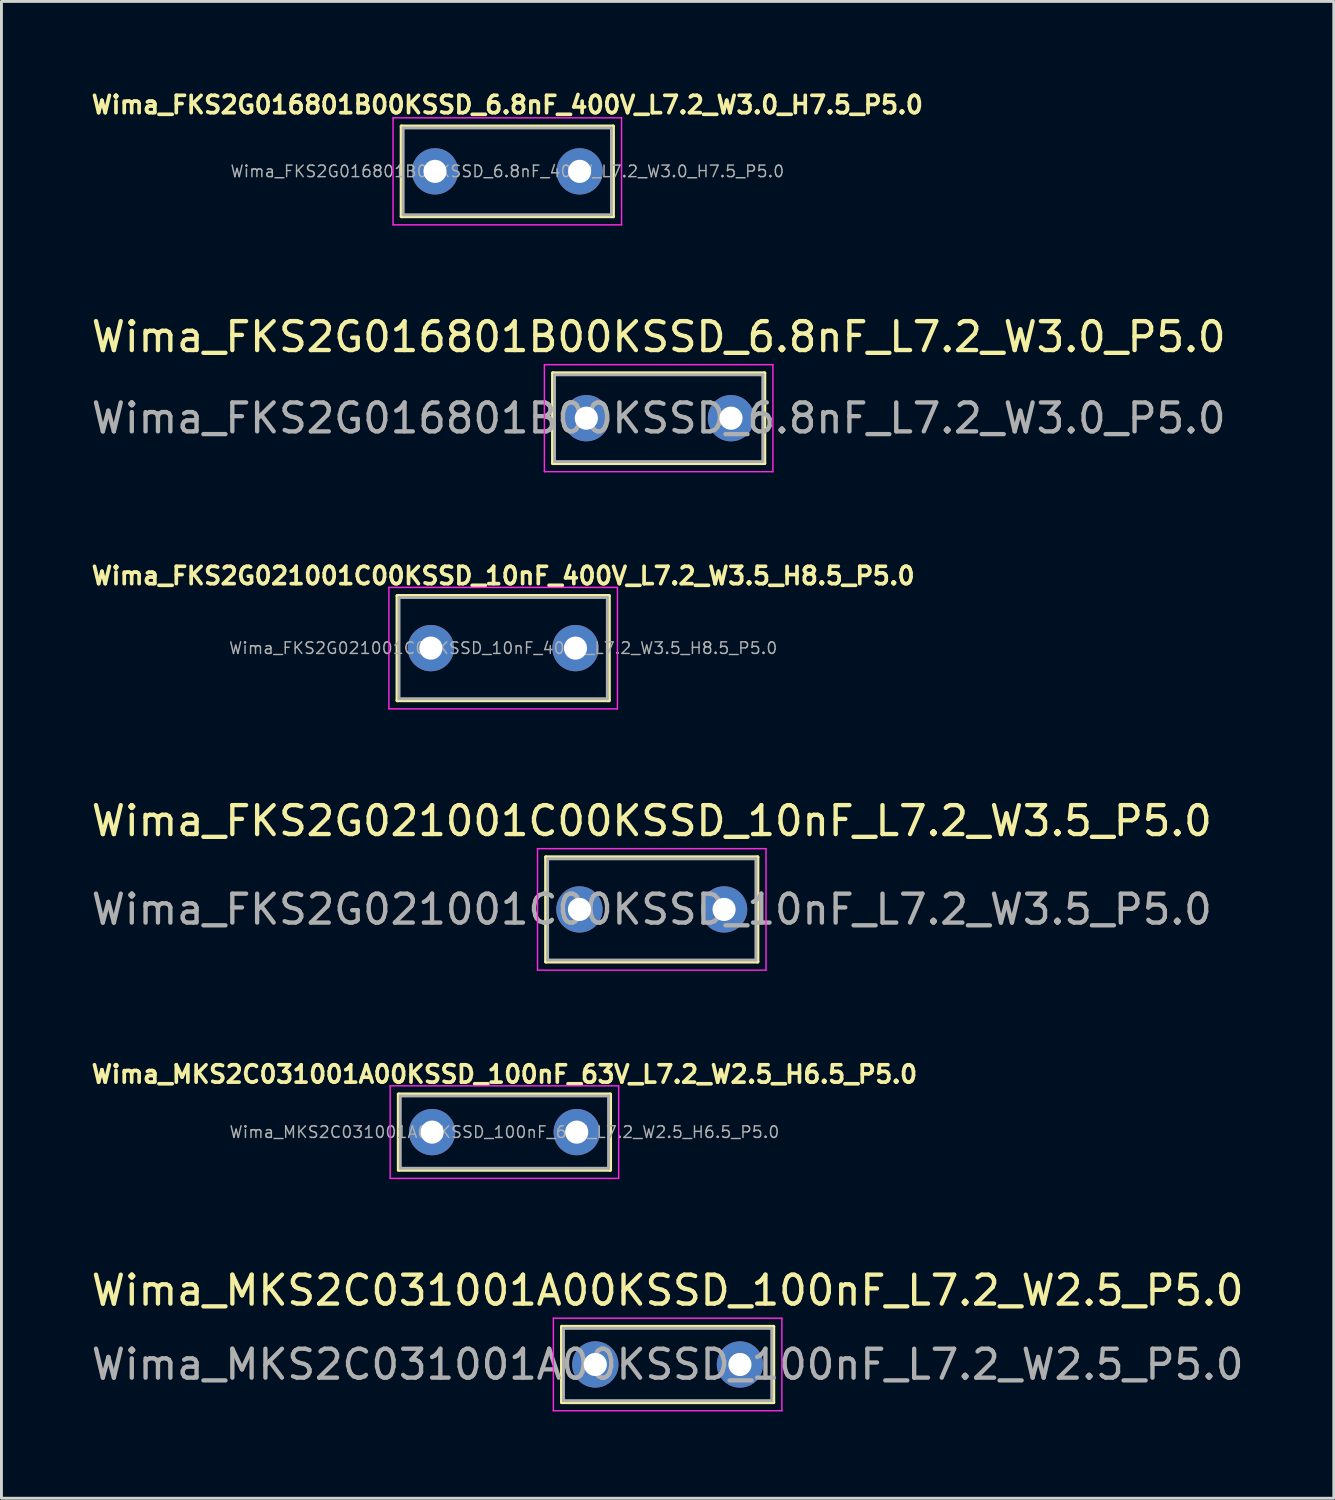
<source format=kicad_pcb>
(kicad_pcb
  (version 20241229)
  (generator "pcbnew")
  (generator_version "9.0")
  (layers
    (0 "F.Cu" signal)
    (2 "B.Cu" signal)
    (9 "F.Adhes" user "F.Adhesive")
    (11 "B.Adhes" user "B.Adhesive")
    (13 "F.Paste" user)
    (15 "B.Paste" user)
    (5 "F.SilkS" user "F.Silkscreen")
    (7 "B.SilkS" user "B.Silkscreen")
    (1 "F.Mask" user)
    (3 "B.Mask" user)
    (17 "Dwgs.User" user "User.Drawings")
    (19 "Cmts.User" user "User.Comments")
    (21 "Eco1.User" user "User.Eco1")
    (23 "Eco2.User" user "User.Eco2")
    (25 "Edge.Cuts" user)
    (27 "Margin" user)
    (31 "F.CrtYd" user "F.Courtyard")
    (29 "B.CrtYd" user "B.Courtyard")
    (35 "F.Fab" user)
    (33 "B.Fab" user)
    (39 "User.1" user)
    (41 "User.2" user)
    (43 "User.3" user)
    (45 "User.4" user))
  (footprint "Wima_FKS2G021001C00KSSD_10nF_400V_L7.2_W3.5_H8.5_P5.0"
    (layer "F.Cu")
    (at 14.345 19.356)
    (property "Reference" "Wima_FKS2G021001C00KSSD_10nF_400V_L7.2_W3.5_H8.5_P5.0" (at 0 -2.5 0) (layer "F.SilkS") (effects (font (size 0.6 0.6) (thickness 0.127))))
    (attr through_hole)
    (fp_line (start -3.66 -1.81) (end -3.66 1.81) (stroke (width 0.12) (type solid)) (layer "F.SilkS"))
    (fp_line (start -3.66 -1.81) (end 3.66 -1.81) (stroke (width 0.12) (type solid)) (layer "F.SilkS"))
    (fp_line (start -3.66 1.81) (end 3.66 1.81) (stroke (width 0.12) (type solid)) (layer "F.SilkS"))
    (fp_line (start 3.66 -1.81) (end 3.66 1.81) (stroke (width 0.12) (type solid)) (layer "F.SilkS"))
    (fp_line (start -3.95 -2.1) (end -3.95 2.1) (stroke (width 0.05) (type solid)) (layer "F.CrtYd"))
    (fp_line (start -3.95 2.1) (end 3.95 2.1) (stroke (width 0.05) (type solid)) (layer "F.CrtYd"))
    (fp_line (start 3.95 -2.1) (end -3.95 -2.1) (stroke (width 0.05) (type solid)) (layer "F.CrtYd"))
    (fp_line (start 3.95 2.1) (end 3.95 -2.1) (stroke (width 0.05) (type solid)) (layer "F.CrtYd"))
    (fp_line (start -3.6 -1.75) (end -3.6 1.75) (stroke (width 0.1) (type solid)) (layer "F.Fab"))
    (fp_line (start -3.6 1.75) (end 3.6 1.75) (stroke (width 0.1) (type solid)) (layer "F.Fab"))
    (fp_line (start 3.6 -1.75) (end -3.6 -1.75) (stroke (width 0.1) (type solid)) (layer "F.Fab"))
    (fp_line (start 3.6 1.75) (end 3.6 -1.75) (stroke (width 0.1) (type solid)) (layer "F.Fab"))
    (fp_text user "${REFERENCE}" (at 0 0 0) (layer "F.Fab") (effects (font (size 0.4 0.4) (thickness 0.05))))
    (pad "1" thru_hole circle (at -2.5 0) (size 1.6 1.6) (drill 0.8) (layers "*.Cu" "*.Mask"))
    (pad "2" thru_hole circle (at 2.5 0) (size 1.6 1.6) (drill 0.8) (layers "*.Cu" "*.Mask")))
  (footprint "Wima_MKS2C031001A00KSSD_100nF_L7.2_W2.5_P5.0"
    (layer "F.Cu")
    (at 17.53 44.121)
    (property "Reference" "Wima_MKS2C031001A00KSSD_100nF_L7.2_W2.5_P5.0" (at 2.5 -2.56 0) (layer "F.SilkS") (effects (font (size 1 1) (thickness 0.15))))
    (attr through_hole)
    (fp_line (start -1.16 -1.31) (end -1.16 1.31) (stroke (width 0.12) (type solid)) (layer "F.SilkS"))
    (fp_line (start -1.16 -1.31) (end 6.16 -1.31) (stroke (width 0.12) (type solid)) (layer "F.SilkS"))
    (fp_line (start -1.16 1.31) (end 6.16 1.31) (stroke (width 0.12) (type solid)) (layer "F.SilkS"))
    (fp_line (start 6.16 -1.31) (end 6.16 1.31) (stroke (width 0.12) (type solid)) (layer "F.SilkS"))
    (fp_line (start -1.45 -1.6) (end -1.45 1.6) (stroke (width 0.05) (type solid)) (layer "F.CrtYd"))
    (fp_line (start -1.45 1.6) (end 6.45 1.6) (stroke (width 0.05) (type solid)) (layer "F.CrtYd"))
    (fp_line (start 6.45 -1.6) (end -1.45 -1.6) (stroke (width 0.05) (type solid)) (layer "F.CrtYd"))
    (fp_line (start 6.45 1.6) (end 6.45 -1.6) (stroke (width 0.05) (type solid)) (layer "F.CrtYd"))
    (fp_line (start -1.1 -1.25) (end -1.1 1.25) (stroke (width 0.1) (type solid)) (layer "F.Fab"))
    (fp_line (start -1.1 1.25) (end 6.1 1.25) (stroke (width 0.1) (type solid)) (layer "F.Fab"))
    (fp_line (start 6.1 -1.25) (end -1.1 -1.25) (stroke (width 0.1) (type solid)) (layer "F.Fab"))
    (fp_line (start 6.1 1.25) (end 6.1 -1.25) (stroke (width 0.1) (type solid)) (layer "F.Fab"))
    (fp_text user "${REFERENCE}" (at 2.5 0 0) (layer "F.Fab") (effects (font (size 1 1) (thickness 0.15))))
    (pad "1" thru_hole circle (at 0 0) (size 1.6 1.6) (drill 0.8) (layers "*.Cu" "*.Mask"))
    (pad "2" thru_hole circle (at 5 0) (size 1.6 1.6) (drill 0.8) (layers "*.Cu" "*.Mask")))
  (footprint "Wima_FKS2G016801B00KSSD_6.8nF_400V_L7.2_W3.0_H7.5_P5.0"
    (layer "F.Cu")
    (at 14.488 2.874)
    (property "Reference" "Wima_FKS2G016801B00KSSD_6.8nF_400V_L7.2_W3.0_H7.5_P5.0" (at 0 -2.3 0) (layer "F.SilkS") (effects (font (size 0.6 0.6) (thickness 0.127))))
    (attr through_hole)
    (fp_line (start -3.66 -1.56) (end -3.66 1.56) (stroke (width 0.12) (type solid)) (layer "F.SilkS"))
    (fp_line (start -3.66 -1.56) (end 3.66 -1.56) (stroke (width 0.12) (type solid)) (layer "F.SilkS"))
    (fp_line (start -3.66 1.56) (end 3.66 1.56) (stroke (width 0.12) (type solid)) (layer "F.SilkS"))
    (fp_line (start 3.66 -1.56) (end 3.66 1.56) (stroke (width 0.12) (type solid)) (layer "F.SilkS"))
    (fp_line (start -3.95 -1.85) (end -3.95 1.85) (stroke (width 0.05) (type solid)) (layer "F.CrtYd"))
    (fp_line (start -3.95 1.85) (end 3.95 1.85) (stroke (width 0.05) (type solid)) (layer "F.CrtYd"))
    (fp_line (start 3.95 -1.85) (end -3.95 -1.85) (stroke (width 0.05) (type solid)) (layer "F.CrtYd"))
    (fp_line (start 3.95 1.85) (end 3.95 -1.85) (stroke (width 0.05) (type solid)) (layer "F.CrtYd"))
    (fp_line (start -3.6 -1.5) (end -3.6 1.5) (stroke (width 0.1) (type solid)) (layer "F.Fab"))
    (fp_line (start -3.6 1.5) (end 3.6 1.5) (stroke (width 0.1) (type solid)) (layer "F.Fab"))
    (fp_line (start 3.6 -1.5) (end -3.6 -1.5) (stroke (width 0.1) (type solid)) (layer "F.Fab"))
    (fp_line (start 3.6 1.5) (end 3.6 -1.5) (stroke (width 0.1) (type solid)) (layer "F.Fab"))
    (fp_text user "${REFERENCE}" (at 0 0 0) (layer "F.Fab") (effects (font (size 0.4 0.4) (thickness 0.05))))
    (pad "1" thru_hole circle (at -2.5 0) (size 1.6 1.6) (drill 0.8) (layers "*.Cu" "*.Mask"))
    (pad "2" thru_hole circle (at 2.5 0) (size 1.6 1.6) (drill 0.8) (layers "*.Cu" "*.Mask")))
  (footprint "Wima_FKS2G016801B00KSSD_6.8nF_L7.2_W3.0_P5.0"
    (layer "F.Cu")
    (at 17.22 11.407)
    (property "Reference" "Wima_FKS2G016801B00KSSD_6.8nF_L7.2_W3.0_P5.0" (at 2.5 -2.81 0) (layer "F.SilkS") (effects (font (size 1 1) (thickness 0.15))))
    (attr through_hole)
    (fp_line (start -1.16 -1.56) (end -1.16 1.56) (stroke (width 0.12) (type solid)) (layer "F.SilkS"))
    (fp_line (start -1.16 -1.56) (end 6.16 -1.56) (stroke (width 0.12) (type solid)) (layer "F.SilkS"))
    (fp_line (start -1.16 1.56) (end 6.16 1.56) (stroke (width 0.12) (type solid)) (layer "F.SilkS"))
    (fp_line (start 6.16 -1.56) (end 6.16 1.56) (stroke (width 0.12) (type solid)) (layer "F.SilkS"))
    (fp_line (start -1.45 -1.85) (end -1.45 1.85) (stroke (width 0.05) (type solid)) (layer "F.CrtYd"))
    (fp_line (start -1.45 1.85) (end 6.45 1.85) (stroke (width 0.05) (type solid)) (layer "F.CrtYd"))
    (fp_line (start 6.45 -1.85) (end -1.45 -1.85) (stroke (width 0.05) (type solid)) (layer "F.CrtYd"))
    (fp_line (start 6.45 1.85) (end 6.45 -1.85) (stroke (width 0.05) (type solid)) (layer "F.CrtYd"))
    (fp_line (start -1.1 -1.5) (end -1.1 1.5) (stroke (width 0.1) (type solid)) (layer "F.Fab"))
    (fp_line (start -1.1 1.5) (end 6.1 1.5) (stroke (width 0.1) (type solid)) (layer "F.Fab"))
    (fp_line (start 6.1 -1.5) (end -1.1 -1.5) (stroke (width 0.1) (type solid)) (layer "F.Fab"))
    (fp_line (start 6.1 1.5) (end 6.1 -1.5) (stroke (width 0.1) (type solid)) (layer "F.Fab"))
    (fp_text user "${REFERENCE}" (at 2.5 0 0) (layer "F.Fab") (effects (font (size 1 1) (thickness 0.15))))
    (pad "1" thru_hole circle (at 0 0) (size 1.6 1.6) (drill 0.8) (layers "*.Cu" "*.Mask"))
    (pad "2" thru_hole circle (at 5 0) (size 1.6 1.6) (drill 0.8) (layers "*.Cu" "*.Mask")))
  (footprint "Wima_FKS2G021001C00KSSD_10nF_L7.2_W3.5_P5.0"
    (layer "F.Cu")
    (at 16.982 28.389)
    (property "Reference" "Wima_FKS2G021001C00KSSD_10nF_L7.2_W3.5_P5.0" (at 2.5 -3.06 0) (layer "F.SilkS") (effects (font (size 1 1) (thickness 0.15))))
    (attr through_hole)
    (fp_line (start -1.16 -1.81) (end -1.16 1.81) (stroke (width 0.12) (type solid)) (layer "F.SilkS"))
    (fp_line (start -1.16 -1.81) (end 6.16 -1.81) (stroke (width 0.12) (type solid)) (layer "F.SilkS"))
    (fp_line (start -1.16 1.81) (end 6.16 1.81) (stroke (width 0.12) (type solid)) (layer "F.SilkS"))
    (fp_line (start 6.16 -1.81) (end 6.16 1.81) (stroke (width 0.12) (type solid)) (layer "F.SilkS"))
    (fp_line (start -1.45 -2.1) (end -1.45 2.1) (stroke (width 0.05) (type solid)) (layer "F.CrtYd"))
    (fp_line (start -1.45 2.1) (end 6.45 2.1) (stroke (width 0.05) (type solid)) (layer "F.CrtYd"))
    (fp_line (start 6.45 -2.1) (end -1.45 -2.1) (stroke (width 0.05) (type solid)) (layer "F.CrtYd"))
    (fp_line (start 6.45 2.1) (end 6.45 -2.1) (stroke (width 0.05) (type solid)) (layer "F.CrtYd"))
    (fp_line (start -1.1 -1.75) (end -1.1 1.75) (stroke (width 0.1) (type solid)) (layer "F.Fab"))
    (fp_line (start -1.1 1.75) (end 6.1 1.75) (stroke (width 0.1) (type solid)) (layer "F.Fab"))
    (fp_line (start 6.1 -1.75) (end -1.1 -1.75) (stroke (width 0.1) (type solid)) (layer "F.Fab"))
    (fp_line (start 6.1 1.75) (end 6.1 -1.75) (stroke (width 0.1) (type solid)) (layer "F.Fab"))
    (fp_text user "${REFERENCE}" (at 2.5 0 0) (layer "F.Fab") (effects (font (size 1 1) (thickness 0.15))))
    (pad "1" thru_hole circle (at 0 0) (size 1.6 1.6) (drill 0.8) (layers "*.Cu" "*.Mask"))
    (pad "2" thru_hole circle (at 5 0) (size 1.6 1.6) (drill 0.8) (layers "*.Cu" "*.Mask")))
  (footprint "Wima_MKS2C031001A00KSSD_100nF_63V_L7.2_W2.5_H6.5_P5.0"
    (layer "F.Cu")
    (at 14.388 36.088)
    (property "Reference" "Wima_MKS2C031001A00KSSD_100nF_63V_L7.2_W2.5_H6.5_P5.0" (at 0 -2 0) (layer "F.SilkS") (effects (font (size 0.6 0.6) (thickness 0.127))))
    (attr through_hole)
    (fp_line (start -3.66 -1.31) (end -3.66 1.31) (stroke (width 0.12) (type solid)) (layer "F.SilkS"))
    (fp_line (start -3.66 -1.31) (end 3.66 -1.31) (stroke (width 0.12) (type solid)) (layer "F.SilkS"))
    (fp_line (start -3.66 1.31) (end 3.66 1.31) (stroke (width 0.12) (type solid)) (layer "F.SilkS"))
    (fp_line (start 3.66 -1.31) (end 3.66 1.31) (stroke (width 0.12) (type solid)) (layer "F.SilkS"))
    (fp_line (start -3.95 -1.6) (end -3.95 1.6) (stroke (width 0.05) (type solid)) (layer "F.CrtYd"))
    (fp_line (start -3.95 1.6) (end 3.95 1.6) (stroke (width 0.05) (type solid)) (layer "F.CrtYd"))
    (fp_line (start 3.95 -1.6) (end -3.95 -1.6) (stroke (width 0.05) (type solid)) (layer "F.CrtYd"))
    (fp_line (start 3.95 1.6) (end 3.95 -1.6) (stroke (width 0.05) (type solid)) (layer "F.CrtYd"))
    (fp_line (start -3.6 -1.25) (end -3.6 1.25) (stroke (width 0.1) (type solid)) (layer "F.Fab"))
    (fp_line (start -3.6 1.25) (end 3.6 1.25) (stroke (width 0.1) (type solid)) (layer "F.Fab"))
    (fp_line (start 3.6 -1.25) (end -3.6 -1.25) (stroke (width 0.1) (type solid)) (layer "F.Fab"))
    (fp_line (start 3.6 1.25) (end 3.6 -1.25) (stroke (width 0.1) (type solid)) (layer "F.Fab"))
    (fp_text user "${REFERENCE}" (at 0 0 0) (layer "F.Fab") (effects (font (size 0.4 0.4) (thickness 0.05))))
    (pad "1" thru_hole circle (at -2.5 0) (size 1.6 1.6) (drill 0.8) (layers "*.Cu" "*.Mask"))
    (pad "2" thru_hole circle (at 2.5 0) (size 1.6 1.6) (drill 0.8) (layers "*.Cu" "*.Mask")))
  (gr_rect
    (start -3 -3)
    (end 43.06 48.746)
    (stroke (width 0.1) (type default))
    (fill no)
    (layer "Edge.Cuts")))
</source>
